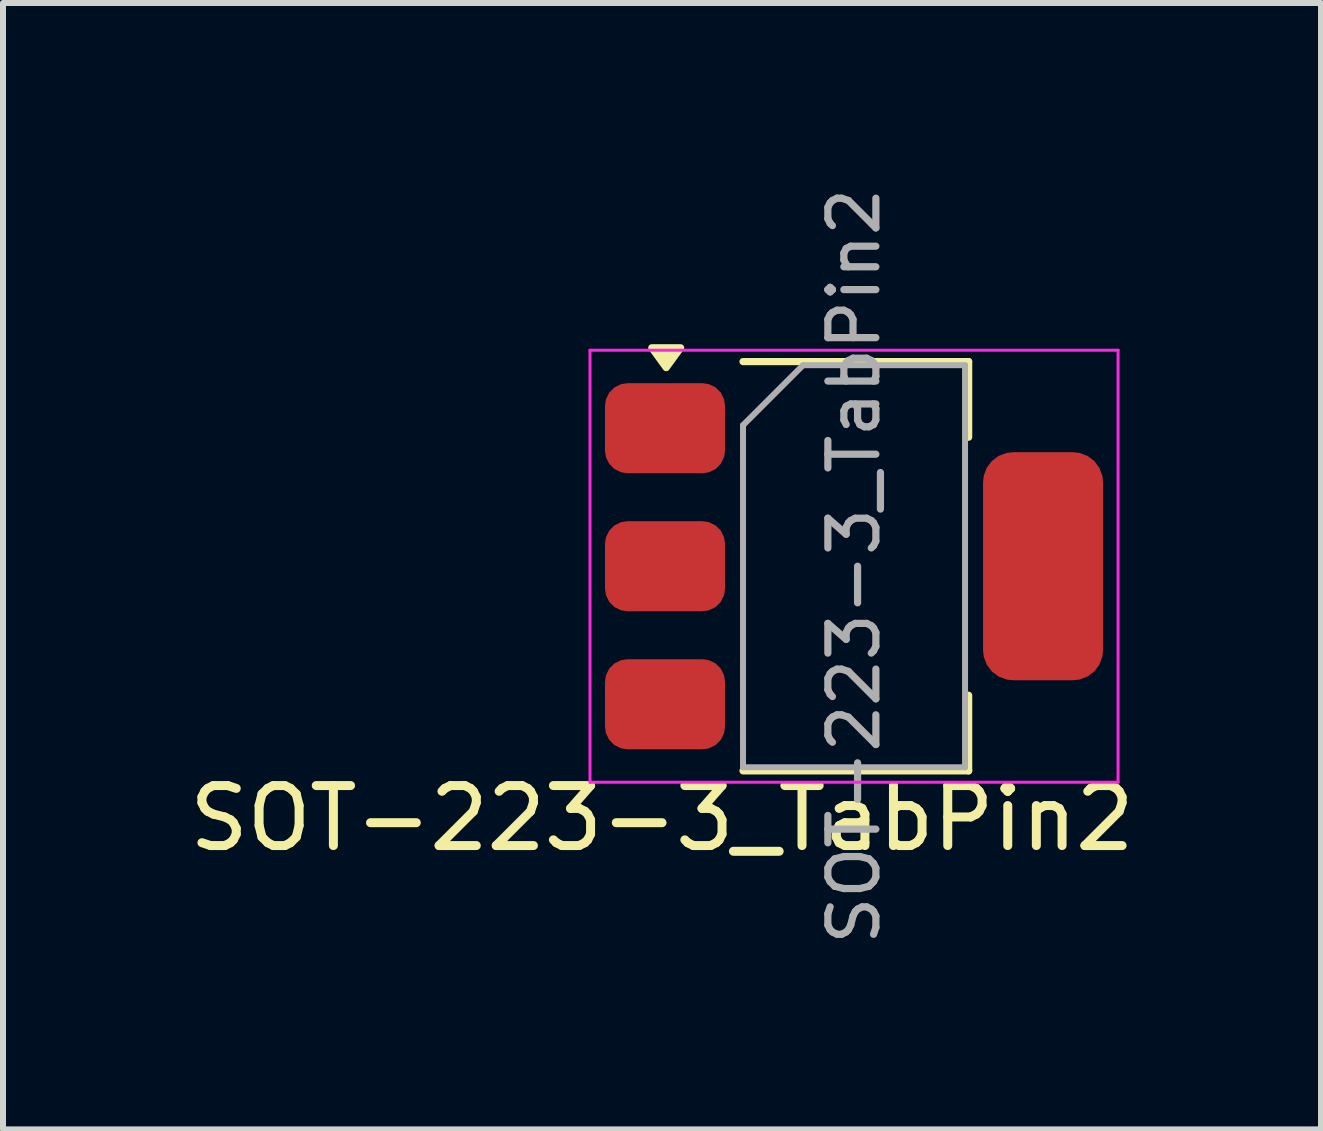
<source format=kicad_pcb>
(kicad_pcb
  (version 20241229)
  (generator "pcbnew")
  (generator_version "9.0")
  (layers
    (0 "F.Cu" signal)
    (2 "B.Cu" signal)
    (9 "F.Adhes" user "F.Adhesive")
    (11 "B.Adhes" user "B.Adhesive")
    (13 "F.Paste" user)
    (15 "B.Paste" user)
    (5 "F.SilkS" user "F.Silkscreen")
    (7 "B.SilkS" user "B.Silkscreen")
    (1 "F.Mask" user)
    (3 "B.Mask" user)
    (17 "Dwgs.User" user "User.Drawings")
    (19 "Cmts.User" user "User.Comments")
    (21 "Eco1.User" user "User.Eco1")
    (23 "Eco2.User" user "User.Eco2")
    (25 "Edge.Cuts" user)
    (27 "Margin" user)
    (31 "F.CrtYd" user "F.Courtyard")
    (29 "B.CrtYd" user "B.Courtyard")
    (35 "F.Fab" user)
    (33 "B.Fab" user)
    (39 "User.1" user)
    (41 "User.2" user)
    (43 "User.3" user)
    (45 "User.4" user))
  (footprint "SOT-223-3_TabPin2"
    (layer "F.Cu")
    (at 11.182 6.386)
    (property "Reference" "SOT-223-3_TabPin2" (at -3.2 4.2 0) (layer "F.SilkS") (effects (font (size 1 1) (thickness 0.15))))
    (attr smd)
    (fp_line (start -1.85 -3.41) (end 1.91 -3.41) (stroke (width 0.12) (type solid)) (layer "F.SilkS"))
    (fp_line (start -1.85 3.41) (end 1.91 3.41) (stroke (width 0.12) (type solid)) (layer "F.SilkS"))
    (fp_line (start 1.91 -3.41) (end 1.91 -2.15) (stroke (width 0.12) (type solid)) (layer "F.SilkS"))
    (fp_line (start 1.91 3.41) (end 1.91 2.15) (stroke (width 0.12) (type solid)) (layer "F.SilkS"))
    (fp_poly (pts (xy -3.13 -3.31) (xy -3.37 -3.64) (xy -2.89 -3.64) (xy -3.13 -3.31)) (stroke (width 0.12) (type solid)) (fill yes) (layer "F.SilkS"))
    (fp_line (start -4.4 -3.6) (end -4.4 3.6) (stroke (width 0.05) (type solid)) (layer "F.CrtYd"))
    (fp_line (start -4.4 3.6) (end 4.4 3.6) (stroke (width 0.05) (type solid)) (layer "F.CrtYd"))
    (fp_line (start 4.4 -3.6) (end -4.4 -3.6) (stroke (width 0.05) (type solid)) (layer "F.CrtYd"))
    (fp_line (start 4.4 3.6) (end 4.4 -3.6) (stroke (width 0.05) (type solid)) (layer "F.CrtYd"))
    (fp_line (start -1.85 -2.35) (end -1.85 3.35) (stroke (width 0.1) (type solid)) (layer "F.Fab"))
    (fp_line (start -1.85 -2.35) (end -0.85 -3.35) (stroke (width 0.1) (type solid)) (layer "F.Fab"))
    (fp_line (start -1.85 3.35) (end 1.85 3.35) (stroke (width 0.1) (type solid)) (layer "F.Fab"))
    (fp_line (start -0.85 -3.35) (end 1.85 -3.35) (stroke (width 0.1) (type solid)) (layer "F.Fab"))
    (fp_line (start 1.85 -3.35) (end 1.85 3.35) (stroke (width 0.1) (type solid)) (layer "F.Fab"))
    (fp_text user "${REFERENCE}" (at 0 0 270) (layer "F.Fab") (effects (font (size 0.8 0.8) (thickness 0.12))))
    (pad "1" smd roundrect (at -3.15 -2.3) (size 2 1.5) (layers "F.Cu" "F.Mask" "F.Paste") (roundrect_rratio 0.25))
    (pad "2" smd roundrect (at -3.15 0) (size 2 1.5) (layers "F.Cu" "F.Mask" "F.Paste") (roundrect_rratio 0.25))
    (pad "2" smd roundrect (at 3.15 0) (size 2 3.8) (layers "F.Cu" "F.Mask" "F.Paste") (roundrect_rratio 0.25))
    (pad "3" smd roundrect (at -3.15 2.3) (size 2 1.5) (layers "F.Cu" "F.Mask" "F.Paste") (roundrect_rratio 0.25)))
  (gr_rect
    (start -3 -3)
    (end 18.964 15.771)
    (stroke (width 0.1) (type default))
    (fill no)
    (layer "Edge.Cuts")))
</source>
